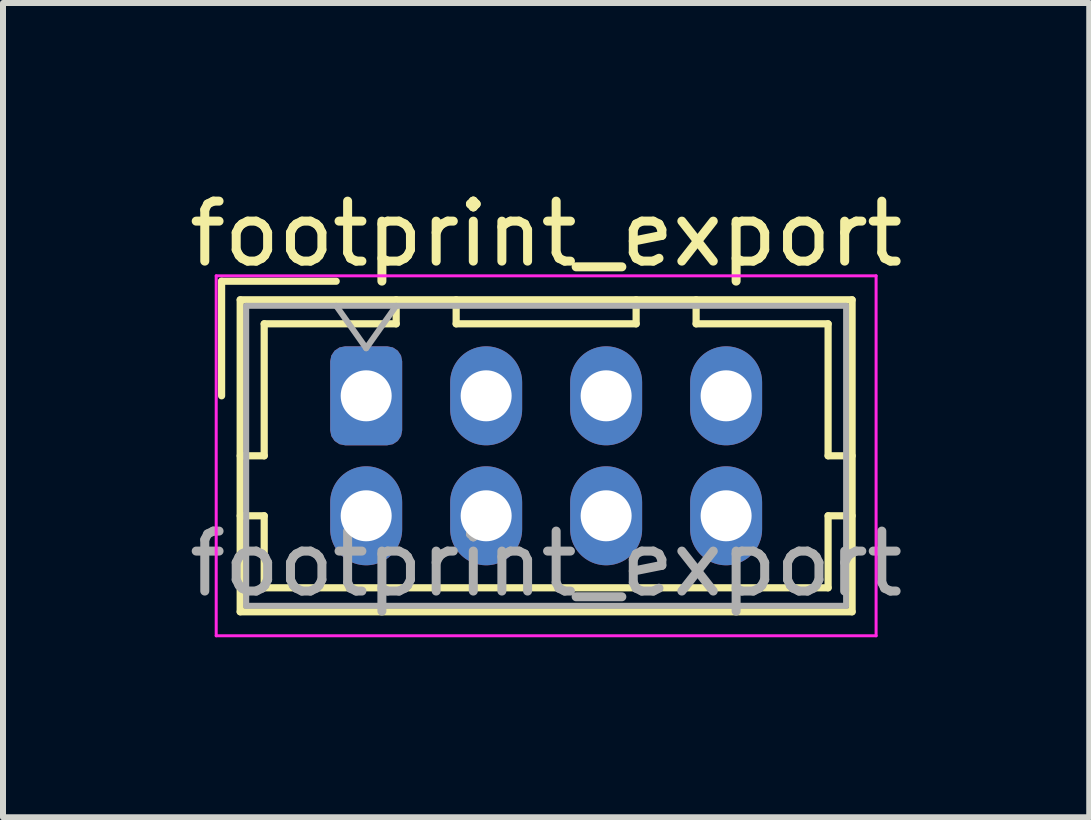
<source format=kicad_pcb>
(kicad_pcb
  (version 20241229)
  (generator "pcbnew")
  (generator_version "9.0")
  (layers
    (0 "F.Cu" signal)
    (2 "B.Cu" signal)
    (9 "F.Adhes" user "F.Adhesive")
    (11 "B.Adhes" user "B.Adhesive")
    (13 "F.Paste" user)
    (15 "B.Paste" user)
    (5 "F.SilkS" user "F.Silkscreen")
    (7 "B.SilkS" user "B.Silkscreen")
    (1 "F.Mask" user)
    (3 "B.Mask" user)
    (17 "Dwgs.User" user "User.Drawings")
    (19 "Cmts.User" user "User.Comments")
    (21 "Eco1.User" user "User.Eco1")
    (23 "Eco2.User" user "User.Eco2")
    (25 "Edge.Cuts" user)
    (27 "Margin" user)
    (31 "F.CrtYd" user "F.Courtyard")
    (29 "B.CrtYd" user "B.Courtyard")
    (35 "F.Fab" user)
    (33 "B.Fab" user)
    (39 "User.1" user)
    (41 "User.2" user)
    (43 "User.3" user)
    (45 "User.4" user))
  (footprint "footprint_export"
    (layer "F.Cu")
    (at 3.054 3.548)
    (property "Reference" "footprint_export" (at 3 -2.7 0) (layer "F.SilkS") (effects (font (size 1 1) (thickness 0.15))))
    (attr through_hole)
    (fp_line (start -2.41 -1.91) (end -0.5 -1.91) (stroke (width 0.12) (type solid)) (layer "F.SilkS"))
    (fp_line (start -2.41 0) (end -2.41 -1.91) (stroke (width 0.12) (type solid)) (layer "F.SilkS"))
    (fp_line (start -2.1 -1.6) (end -2.1 3.6) (stroke (width 0.12) (type solid)) (layer "F.SilkS"))
    (fp_line (start -2.1 1) (end -1.7 1) (stroke (width 0.12) (type solid)) (layer "F.SilkS"))
    (fp_line (start -2.1 2) (end -1.7 2) (stroke (width 0.12) (type solid)) (layer "F.SilkS"))
    (fp_line (start -2.1 3.6) (end 8.1 3.6) (stroke (width 0.12) (type solid)) (layer "F.SilkS"))
    (fp_line (start -1.7 -1.2) (end 0.5 -1.2) (stroke (width 0.12) (type solid)) (layer "F.SilkS"))
    (fp_line (start -1.7 1) (end -1.7 -1.2) (stroke (width 0.12) (type solid)) (layer "F.SilkS"))
    (fp_line (start -1.7 2) (end -1.7 3.2) (stroke (width 0.12) (type solid)) (layer "F.SilkS"))
    (fp_line (start -1.7 3.2) (end 7.7 3.2) (stroke (width 0.12) (type solid)) (layer "F.SilkS"))
    (fp_line (start 0.5 -1.2) (end 0.5 -1.6) (stroke (width 0.12) (type solid)) (layer "F.SilkS"))
    (fp_line (start 1.5 -1.6) (end 1.5 -1.2) (stroke (width 0.12) (type solid)) (layer "F.SilkS"))
    (fp_line (start 1.5 -1.2) (end 4.5 -1.2) (stroke (width 0.12) (type solid)) (layer "F.SilkS"))
    (fp_line (start 4.5 -1.2) (end 4.5 -1.6) (stroke (width 0.12) (type solid)) (layer "F.SilkS"))
    (fp_line (start 5.5 -1.2) (end 5.5 -1.6) (stroke (width 0.12) (type solid)) (layer "F.SilkS"))
    (fp_line (start 7.7 -1.2) (end 5.5 -1.2) (stroke (width 0.12) (type solid)) (layer "F.SilkS"))
    (fp_line (start 7.7 1) (end 7.7 -1.2) (stroke (width 0.12) (type solid)) (layer "F.SilkS"))
    (fp_line (start 7.7 2) (end 8.1 2) (stroke (width 0.12) (type solid)) (layer "F.SilkS"))
    (fp_line (start 7.7 3.2) (end 7.7 2) (stroke (width 0.12) (type solid)) (layer "F.SilkS"))
    (fp_line (start 8.1 -1.6) (end -2.1 -1.6) (stroke (width 0.12) (type solid)) (layer "F.SilkS"))
    (fp_line (start 8.1 1) (end 7.7 1) (stroke (width 0.12) (type solid)) (layer "F.SilkS"))
    (fp_line (start 8.1 3.6) (end 8.1 -1.6) (stroke (width 0.12) (type solid)) (layer "F.SilkS"))
    (fp_line (start -2.5 -2) (end -2.5 4) (stroke (width 0.05) (type solid)) (layer "F.CrtYd"))
    (fp_line (start -2.5 4) (end 8.5 4) (stroke (width 0.05) (type solid)) (layer "F.CrtYd"))
    (fp_line (start 8.5 -2) (end -2.5 -2) (stroke (width 0.05) (type solid)) (layer "F.CrtYd"))
    (fp_line (start 8.5 4) (end 8.5 -2) (stroke (width 0.05) (type solid)) (layer "F.CrtYd"))
    (fp_line (start -2 -1.5) (end -2 3.5) (stroke (width 0.1) (type solid)) (layer "F.Fab"))
    (fp_line (start -2 3.5) (end 8 3.5) (stroke (width 0.1) (type solid)) (layer "F.Fab"))
    (fp_line (start -0.5 -1.5) (end 0 -0.793) (stroke (width 0.1) (type solid)) (layer "F.Fab"))
    (fp_line (start 0 -0.793) (end 0.5 -1.5) (stroke (width 0.1) (type solid)) (layer "F.Fab"))
    (fp_line (start 8 -1.5) (end -2 -1.5) (stroke (width 0.1) (type solid)) (layer "F.Fab"))
    (fp_line (start 8 3.5) (end 8 -1.5) (stroke (width 0.1) (type solid)) (layer "F.Fab"))
    (fp_text user "${REFERENCE}" (at 3 2.8 0) (layer "F.Fab") (effects (font (size 1 1) (thickness 0.15))))
    (pad "1" thru_hole roundrect (at 0 0) (size 1.2 1.65) (drill 0.85) (layers "*.Cu" "*.Mask") (roundrect_rratio 0.208))
    (pad "2" thru_hole oval (at 0 2) (size 1.2 1.65) (drill 0.85) (layers "*.Cu" "*.Mask"))
    (pad "3" thru_hole oval (at 2 0) (size 1.2 1.65) (drill 0.85) (layers "*.Cu" "*.Mask"))
    (pad "4" thru_hole oval (at 2 2) (size 1.2 1.65) (drill 0.85) (layers "*.Cu" "*.Mask"))
    (pad "5" thru_hole oval (at 4 0) (size 1.2 1.65) (drill 0.85) (layers "*.Cu" "*.Mask"))
    (pad "6" thru_hole oval (at 4 2) (size 1.2 1.65) (drill 0.85) (layers "*.Cu" "*.Mask"))
    (pad "7" thru_hole oval (at 6 0) (size 1.2 1.65) (drill 0.85) (layers "*.Cu" "*.Mask"))
    (pad "8" thru_hole oval (at 6 2) (size 1.2 1.65) (drill 0.85) (layers "*.Cu" "*.Mask")))
  (gr_rect
    (start -3 -3)
    (end 15.107 10.573)
    (stroke (width 0.1) (type default))
    (fill no)
    (layer "Edge.Cuts")))
</source>
